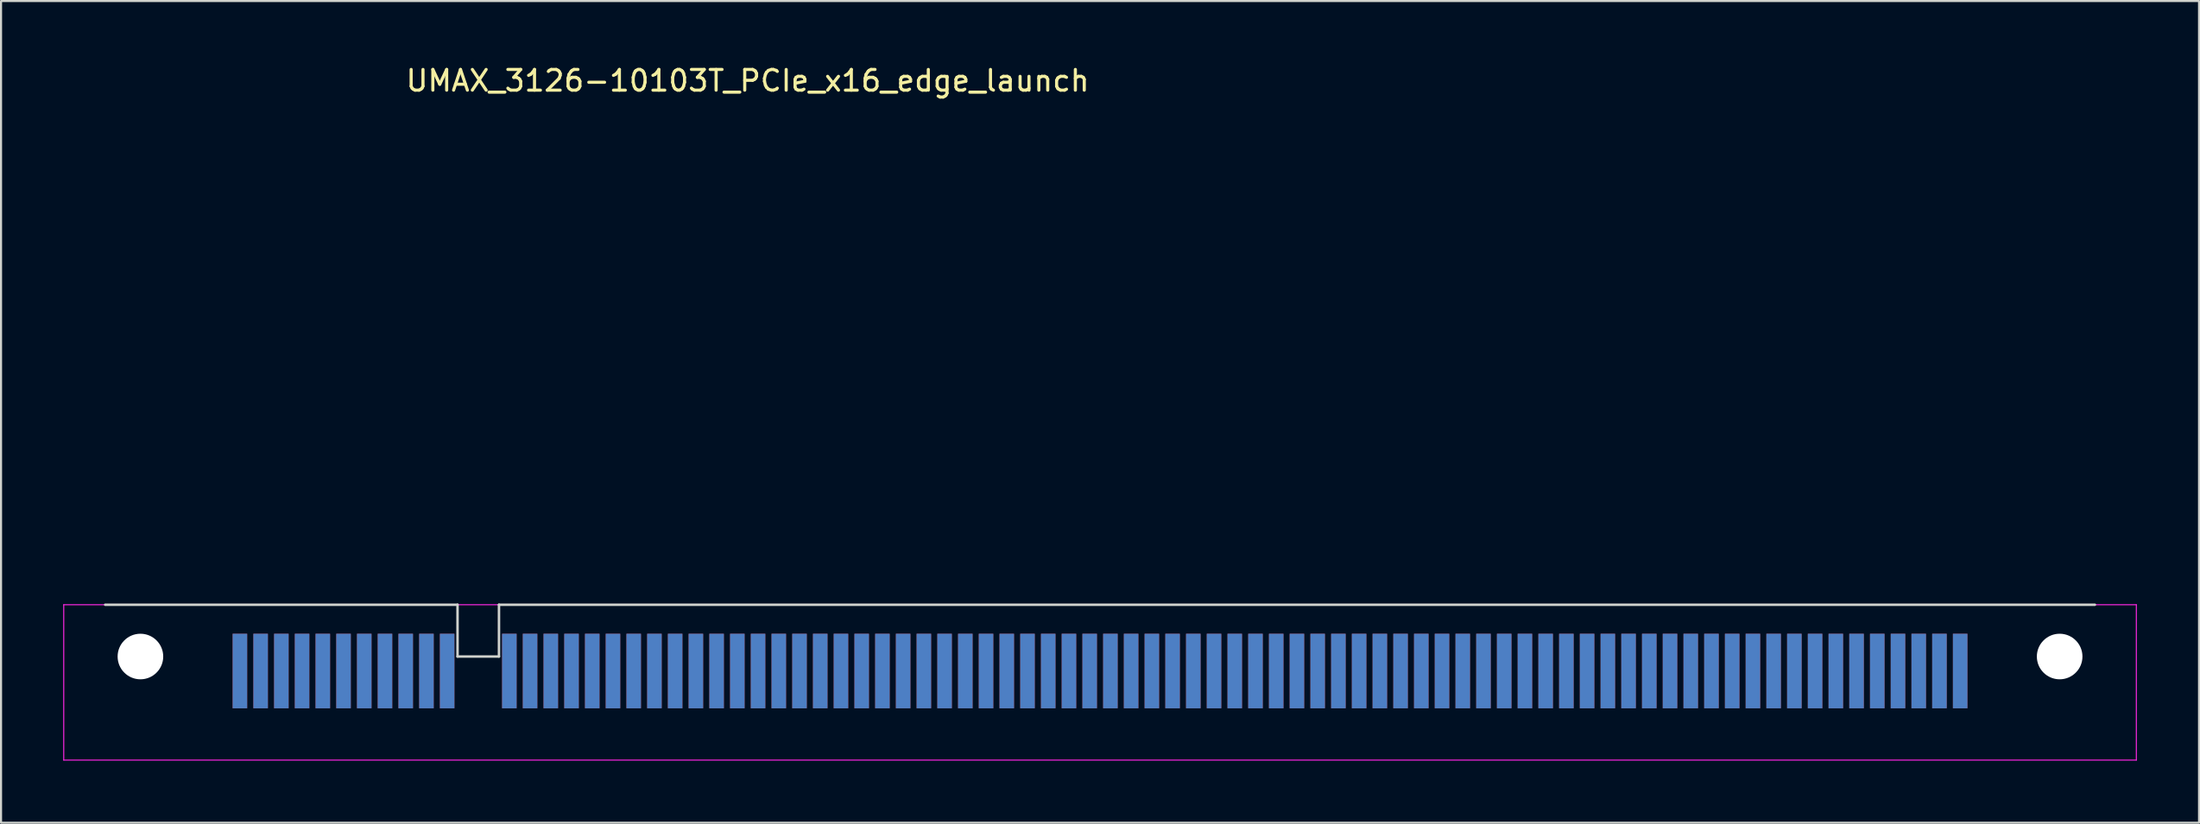
<source format=kicad_pcb>
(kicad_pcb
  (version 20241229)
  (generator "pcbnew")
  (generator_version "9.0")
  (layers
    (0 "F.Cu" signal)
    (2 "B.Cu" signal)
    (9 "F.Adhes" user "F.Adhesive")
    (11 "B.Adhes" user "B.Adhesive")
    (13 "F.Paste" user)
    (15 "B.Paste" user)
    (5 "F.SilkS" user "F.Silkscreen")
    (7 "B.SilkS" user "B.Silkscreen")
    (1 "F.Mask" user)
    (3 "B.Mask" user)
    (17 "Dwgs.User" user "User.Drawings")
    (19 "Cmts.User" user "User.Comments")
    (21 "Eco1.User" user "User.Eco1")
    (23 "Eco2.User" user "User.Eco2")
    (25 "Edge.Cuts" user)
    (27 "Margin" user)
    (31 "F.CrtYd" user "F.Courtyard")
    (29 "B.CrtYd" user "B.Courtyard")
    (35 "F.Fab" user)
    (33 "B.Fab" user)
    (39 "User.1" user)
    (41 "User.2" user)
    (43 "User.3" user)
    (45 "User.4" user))
  (footprint "UMAX_3126-10103T_PCIe_x16_edge_launch"
    (layer "F.Cu")
    (at 50.025 28.648)
    (property "Reference" "UMAX_3126-10103T_PCIe_x16_edge_launch" (at -17 -27.8 0) (layer "F.SilkS") (effects (font (size 1 1) (thickness 0.15))))
    (attr through_hole)
    (fp_line (start -48 -2.5) (end -31 -2.5) (stroke (width 0.12) (type solid)) (layer "Edge.Cuts"))
    (fp_line (start -31 -2.5) (end -31 0) (stroke (width 0.12) (type solid)) (layer "Edge.Cuts"))
    (fp_line (start -31 0) (end -29 0) (stroke (width 0.12) (type solid)) (layer "Edge.Cuts"))
    (fp_line (start -29 -2.5) (end 48 -2.5) (stroke (width 0.12) (type solid)) (layer "Edge.Cuts"))
    (fp_line (start -29 0) (end -29 -2.5) (stroke (width 0.12) (type solid)) (layer "Edge.Cuts"))
    (fp_line (start -50 -2.5) (end 50 -2.5) (stroke (width 0.05) (type solid)) (layer "F.CrtYd"))
    (fp_line (start -50 5) (end -50 -2.5) (stroke (width 0.05) (type solid)) (layer "F.CrtYd"))
    (fp_line (start 50 -2.5) (end 50 5) (stroke (width 0.05) (type solid)) (layer "F.CrtYd"))
    (fp_line (start 50 5) (end -50 5) (stroke (width 0.05) (type solid)) (layer "F.CrtYd"))
    (pad "" np_thru_hole circle (at -46.3 0 180) (size 2.2 2.2) (drill 2.2) (layers "*.Cu" "*.Mask"))
    (pad "" np_thru_hole circle (at 46.3 0) (size 2.2 2.2) (drill 2.2) (layers "*.Cu" "*.Mask"))
    (pad "A1" smd rect (at -41.5 0.7 180) (size 0.7 3.6) (layers "F.Cu" "F.Mask"))
    (pad "A2" smd rect (at -40.5 0.7 180) (size 0.7 3.6) (layers "F.Cu" "F.Mask"))
    (pad "A3" smd rect (at -39.5 0.7 180) (size 0.7 3.6) (layers "F.Cu" "F.Mask"))
    (pad "A4" smd rect (at -38.5 0.7 180) (size 0.7 3.6) (layers "F.Cu" "F.Mask"))
    (pad "A5" smd rect (at -37.5 0.7 180) (size 0.7 3.6) (layers "F.Cu" "F.Mask"))
    (pad "A6" smd rect (at -36.5 0.7 180) (size 0.7 3.6) (layers "F.Cu" "F.Mask"))
    (pad "A7" smd rect (at -35.5 0.7 180) (size 0.7 3.6) (layers "F.Cu" "F.Mask"))
    (pad "A8" smd rect (at -34.5 0.7 180) (size 0.7 3.6) (layers "F.Cu" "F.Mask"))
    (pad "A9" smd rect (at -33.5 0.7 180) (size 0.7 3.6) (layers "F.Cu" "F.Mask"))
    (pad "A10" smd rect (at -32.5 0.7 180) (size 0.7 3.6) (layers "F.Cu" "F.Mask"))
    (pad "A11" smd rect (at -31.5 0.7 180) (size 0.7 3.6) (layers "F.Cu" "F.Mask"))
    (pad "A12" smd rect (at -28.5 0.7 180) (size 0.7 3.6) (layers "F.Cu" "F.Mask"))
    (pad "A13" smd rect (at -27.5 0.7 180) (size 0.7 3.6) (layers "F.Cu" "F.Mask"))
    (pad "A14" smd rect (at -26.5 0.7 180) (size 0.7 3.6) (layers "F.Cu" "F.Mask"))
    (pad "A15" smd rect (at -25.5 0.7 180) (size 0.7 3.6) (layers "F.Cu" "F.Mask"))
    (pad "A16" smd rect (at -24.5 0.7 180) (size 0.7 3.6) (layers "F.Cu" "F.Mask"))
    (pad "A17" smd rect (at -23.5 0.7 180) (size 0.7 3.6) (layers "F.Cu" "F.Mask"))
    (pad "A18" smd rect (at -22.5 0.7 180) (size 0.7 3.6) (layers "F.Cu" "F.Mask"))
    (pad "A19" smd rect (at -21.5 0.7 180) (size 0.7 3.6) (layers "F.Cu" "F.Mask"))
    (pad "A20" smd rect (at -20.5 0.7 180) (size 0.7 3.6) (layers "F.Cu" "F.Mask"))
    (pad "A21" smd rect (at -19.5 0.7 180) (size 0.7 3.6) (layers "F.Cu" "F.Mask"))
    (pad "A22" smd rect (at -18.5 0.7 180) (size 0.7 3.6) (layers "F.Cu" "F.Mask"))
    (pad "A23" smd rect (at -17.5 0.7 180) (size 0.7 3.6) (layers "F.Cu" "F.Mask"))
    (pad "A24" smd rect (at -16.5 0.7 180) (size 0.7 3.6) (layers "F.Cu" "F.Mask"))
    (pad "A25" smd rect (at -15.5 0.7 180) (size 0.7 3.6) (layers "F.Cu" "F.Mask"))
    (pad "A26" smd rect (at -14.5 0.7 180) (size 0.7 3.6) (layers "F.Cu" "F.Mask"))
    (pad "A27" smd rect (at -13.5 0.7 180) (size 0.7 3.6) (layers "F.Cu" "F.Mask"))
    (pad "A28" smd rect (at -12.5 0.7 180) (size 0.7 3.6) (layers "F.Cu" "F.Mask"))
    (pad "A29" smd rect (at -11.5 0.7 180) (size 0.7 3.6) (layers "F.Cu" "F.Mask"))
    (pad "A30" smd rect (at -10.5 0.7 180) (size 0.7 3.6) (layers "F.Cu" "F.Mask"))
    (pad "A31" smd rect (at -9.5 0.7 180) (size 0.7 3.6) (layers "F.Cu" "F.Mask"))
    (pad "A32" smd rect (at -8.5 0.7 180) (size 0.7 3.6) (layers "F.Cu" "F.Mask"))
    (pad "A33" smd rect (at -7.5 0.7 180) (size 0.7 3.6) (layers "F.Cu" "F.Mask"))
    (pad "A34" smd rect (at -6.5 0.7 180) (size 0.7 3.6) (layers "F.Cu" "F.Mask"))
    (pad "A35" smd rect (at -5.5 0.7 180) (size 0.7 3.6) (layers "F.Cu" "F.Mask"))
    (pad "A36" smd rect (at -4.5 0.7 180) (size 0.7 3.6) (layers "F.Cu" "F.Mask"))
    (pad "A37" smd rect (at -3.5 0.7 180) (size 0.7 3.6) (layers "F.Cu" "F.Mask"))
    (pad "A38" smd rect (at -2.5 0.7 180) (size 0.7 3.6) (layers "F.Cu" "F.Mask"))
    (pad "A39" smd rect (at -1.5 0.7 180) (size 0.7 3.6) (layers "F.Cu" "F.Mask"))
    (pad "A40" smd rect (at -0.5 0.7 180) (size 0.7 3.6) (layers "F.Cu" "F.Mask"))
    (pad "A41" smd rect (at 0.5 0.7 180) (size 0.7 3.6) (layers "F.Cu" "F.Mask"))
    (pad "A42" smd rect (at 1.5 0.7 180) (size 0.7 3.6) (layers "F.Cu" "F.Mask"))
    (pad "A43" smd rect (at 2.5 0.7 180) (size 0.7 3.6) (layers "F.Cu" "F.Mask"))
    (pad "A44" smd rect (at 3.5 0.7 180) (size 0.7 3.6) (layers "F.Cu" "F.Mask"))
    (pad "A45" smd rect (at 4.5 0.7 180) (size 0.7 3.6) (layers "F.Cu" "F.Mask"))
    (pad "A46" smd rect (at 5.5 0.7 180) (size 0.7 3.6) (layers "F.Cu" "F.Mask"))
    (pad "A47" smd rect (at 6.5 0.7 180) (size 0.7 3.6) (layers "F.Cu" "F.Mask"))
    (pad "A48" smd rect (at 7.5 0.7 180) (size 0.7 3.6) (layers "F.Cu" "F.Mask"))
    (pad "A49" smd rect (at 8.5 0.7 180) (size 0.7 3.6) (layers "F.Cu" "F.Mask"))
    (pad "A50" smd rect (at 9.5 0.7 180) (size 0.7 3.6) (layers "F.Cu" "F.Mask"))
    (pad "A51" smd rect (at 10.5 0.7 180) (size 0.7 3.6) (layers "F.Cu" "F.Mask"))
    (pad "A52" smd rect (at 11.5 0.7 180) (size 0.7 3.6) (layers "F.Cu" "F.Mask"))
    (pad "A53" smd rect (at 12.5 0.7 180) (size 0.7 3.6) (layers "F.Cu" "F.Mask"))
    (pad "A54" smd rect (at 13.5 0.7 180) (size 0.7 3.6) (layers "F.Cu" "F.Mask"))
    (pad "A55" smd rect (at 14.5 0.7 180) (size 0.7 3.6) (layers "F.Cu" "F.Mask"))
    (pad "A56" smd rect (at 15.5 0.7 180) (size 0.7 3.6) (layers "F.Cu" "F.Mask"))
    (pad "A57" smd rect (at 16.5 0.7 180) (size 0.7 3.6) (layers "F.Cu" "F.Mask"))
    (pad "A58" smd rect (at 17.5 0.7 180) (size 0.7 3.6) (layers "F.Cu" "F.Mask"))
    (pad "A59" smd rect (at 18.5 0.7 180) (size 0.7 3.6) (layers "F.Cu" "F.Mask"))
    (pad "A60" smd rect (at 19.5 0.7 180) (size 0.7 3.6) (layers "F.Cu" "F.Mask"))
    (pad "A61" smd rect (at 20.5 0.7 180) (size 0.7 3.6) (layers "F.Cu" "F.Mask"))
    (pad "A62" smd rect (at 21.5 0.7 180) (size 0.7 3.6) (layers "F.Cu" "F.Mask"))
    (pad "A63" smd rect (at 22.5 0.7 180) (size 0.7 3.6) (layers "F.Cu" "F.Mask"))
    (pad "A64" smd rect (at 23.5 0.7 180) (size 0.7 3.6) (layers "F.Cu" "F.Mask"))
    (pad "A65" smd rect (at 24.5 0.7 180) (size 0.7 3.6) (layers "F.Cu" "F.Mask"))
    (pad "A66" smd rect (at 25.5 0.7 180) (size 0.7 3.6) (layers "F.Cu" "F.Mask"))
    (pad "A67" smd rect (at 26.5 0.7 180) (size 0.7 3.6) (layers "F.Cu" "F.Mask"))
    (pad "A68" smd rect (at 27.5 0.7 180) (size 0.7 3.6) (layers "F.Cu" "F.Mask"))
    (pad "A69" smd rect (at 28.5 0.7 180) (size 0.7 3.6) (layers "F.Cu" "F.Mask"))
    (pad "A70" smd rect (at 29.5 0.7 180) (size 0.7 3.6) (layers "F.Cu" "F.Mask"))
    (pad "A71" smd rect (at 30.5 0.7 180) (size 0.7 3.6) (layers "F.Cu" "F.Mask"))
    (pad "A72" smd rect (at 31.5 0.7 180) (size 0.7 3.6) (layers "F.Cu" "F.Mask"))
    (pad "A73" smd rect (at 32.5 0.7 180) (size 0.7 3.6) (layers "F.Cu" "F.Mask"))
    (pad "A74" smd rect (at 33.5 0.7 180) (size 0.7 3.6) (layers "F.Cu" "F.Mask"))
    (pad "A75" smd rect (at 34.5 0.7 180) (size 0.7 3.6) (layers "F.Cu" "F.Mask"))
    (pad "A76" smd rect (at 35.5 0.7 180) (size 0.7 3.6) (layers "F.Cu" "F.Mask"))
    (pad "A77" smd rect (at 36.5 0.7 180) (size 0.7 3.6) (layers "F.Cu" "F.Mask"))
    (pad "A78" smd rect (at 37.5 0.7 180) (size 0.7 3.6) (layers "F.Cu" "F.Mask"))
    (pad "A79" smd rect (at 38.5 0.7 180) (size 0.7 3.6) (layers "F.Cu" "F.Mask"))
    (pad "A80" smd rect (at 39.5 0.7 180) (size 0.7 3.6) (layers "F.Cu" "F.Mask"))
    (pad "A81" smd rect (at 40.5 0.7 180) (size 0.7 3.6) (layers "F.Cu" "F.Mask"))
    (pad "A82" smd rect (at 41.5 0.7 180) (size 0.7 3.6) (layers "F.Cu" "F.Mask"))
    (pad "B1" smd rect (at -41.5 0.7 180) (size 0.7 3.6) (layers "B.Cu" "B.Mask"))
    (pad "B2" smd rect (at -40.5 0.7 180) (size 0.7 3.6) (layers "B.Cu" "B.Mask"))
    (pad "B3" smd rect (at -39.5 0.7 180) (size 0.7 3.6) (layers "B.Cu" "B.Mask"))
    (pad "B4" smd rect (at -38.5 0.7 180) (size 0.7 3.6) (layers "B.Cu" "B.Mask"))
    (pad "B5" smd rect (at -37.5 0.7 180) (size 0.7 3.6) (layers "B.Cu" "B.Mask"))
    (pad "B6" smd rect (at -36.5 0.7 180) (size 0.7 3.6) (layers "B.Cu" "B.Mask"))
    (pad "B7" smd rect (at -35.5 0.7 180) (size 0.7 3.6) (layers "B.Cu" "B.Mask"))
    (pad "B8" smd rect (at -34.5 0.7 180) (size 0.7 3.6) (layers "B.Cu" "B.Mask"))
    (pad "B9" smd rect (at -33.5 0.7 180) (size 0.7 3.6) (layers "B.Cu" "B.Mask"))
    (pad "B10" smd rect (at -32.5 0.7 180) (size 0.7 3.6) (layers "B.Cu" "B.Mask"))
    (pad "B11" smd rect (at -31.5 0.7 180) (size 0.7 3.6) (layers "B.Cu" "B.Mask"))
    (pad "B12" smd rect (at -28.5 0.7 180) (size 0.7 3.6) (layers "B.Cu" "B.Mask"))
    (pad "B13" smd rect (at -27.5 0.7 180) (size 0.7 3.6) (layers "B.Cu" "B.Mask"))
    (pad "B14" smd rect (at -26.5 0.7 180) (size 0.7 3.6) (layers "B.Cu" "B.Mask"))
    (pad "B15" smd rect (at -25.5 0.7 180) (size 0.7 3.6) (layers "B.Cu" "B.Mask"))
    (pad "B16" smd rect (at -24.5 0.7 180) (size 0.7 3.6) (layers "B.Cu" "B.Mask"))
    (pad "B17" smd rect (at -23.5 0.7 180) (size 0.7 3.6) (layers "B.Cu" "B.Mask"))
    (pad "B18" smd rect (at -22.5 0.7 180) (size 0.7 3.6) (layers "B.Cu" "B.Mask"))
    (pad "B19" smd rect (at -21.5 0.7 180) (size 0.7 3.6) (layers "B.Cu" "B.Mask"))
    (pad "B20" smd rect (at -20.5 0.7 180) (size 0.7 3.6) (layers "B.Cu" "B.Mask"))
    (pad "B21" smd rect (at -19.5 0.7 180) (size 0.7 3.6) (layers "B.Cu" "B.Mask"))
    (pad "B22" smd rect (at -18.5 0.7 180) (size 0.7 3.6) (layers "B.Cu" "B.Mask"))
    (pad "B23" smd rect (at -17.5 0.7 180) (size 0.7 3.6) (layers "B.Cu" "B.Mask"))
    (pad "B24" smd rect (at -16.5 0.7 180) (size 0.7 3.6) (layers "B.Cu" "B.Mask"))
    (pad "B25" smd rect (at -15.5 0.7 180) (size 0.7 3.6) (layers "B.Cu" "B.Mask"))
    (pad "B26" smd rect (at -14.5 0.7 180) (size 0.7 3.6) (layers "B.Cu" "B.Mask"))
    (pad "B27" smd rect (at -13.5 0.7 180) (size 0.7 3.6) (layers "B.Cu" "B.Mask"))
    (pad "B28" smd rect (at -12.5 0.7 180) (size 0.7 3.6) (layers "B.Cu" "B.Mask"))
    (pad "B29" smd rect (at -11.5 0.7 180) (size 0.7 3.6) (layers "B.Cu" "B.Mask"))
    (pad "B30" smd rect (at -10.5 0.7 180) (size 0.7 3.6) (layers "B.Cu" "B.Mask"))
    (pad "B31" smd rect (at -9.5 0.7 180) (size 0.7 3.6) (layers "B.Cu" "B.Mask"))
    (pad "B32" smd rect (at -8.5 0.7 180) (size 0.7 3.6) (layers "B.Cu" "B.Mask"))
    (pad "B33" smd rect (at -7.5 0.7 180) (size 0.7 3.6) (layers "B.Cu" "B.Mask"))
    (pad "B34" smd rect (at -6.5 0.7 180) (size 0.7 3.6) (layers "B.Cu" "B.Mask"))
    (pad "B35" smd rect (at -5.5 0.7 180) (size 0.7 3.6) (layers "B.Cu" "B.Mask"))
    (pad "B36" smd rect (at -4.5 0.7 180) (size 0.7 3.6) (layers "B.Cu" "B.Mask"))
    (pad "B37" smd rect (at -3.5 0.7 180) (size 0.7 3.6) (layers "B.Cu" "B.Mask"))
    (pad "B38" smd rect (at -2.5 0.7 180) (size 0.7 3.6) (layers "B.Cu" "B.Mask"))
    (pad "B39" smd rect (at -1.5 0.7 180) (size 0.7 3.6) (layers "B.Cu" "B.Mask"))
    (pad "B40" smd rect (at -0.5 0.7 180) (size 0.7 3.6) (layers "B.Cu" "B.Mask"))
    (pad "B41" smd rect (at 0.5 0.7 180) (size 0.7 3.6) (layers "B.Cu" "B.Mask"))
    (pad "B42" smd rect (at 1.5 0.7 180) (size 0.7 3.6) (layers "B.Cu" "B.Mask"))
    (pad "B43" smd rect (at 2.5 0.7 180) (size 0.7 3.6) (layers "B.Cu" "B.Mask"))
    (pad "B44" smd rect (at 3.5 0.7 180) (size 0.7 3.6) (layers "B.Cu" "B.Mask"))
    (pad "B45" smd rect (at 4.5 0.7 180) (size 0.7 3.6) (layers "B.Cu" "B.Mask"))
    (pad "B46" smd rect (at 5.5 0.7 180) (size 0.7 3.6) (layers "B.Cu" "B.Mask"))
    (pad "B47" smd rect (at 6.5 0.7 180) (size 0.7 3.6) (layers "B.Cu" "B.Mask"))
    (pad "B48" smd rect (at 7.5 0.7 180) (size 0.7 3.6) (layers "B.Cu" "B.Mask"))
    (pad "B49" smd rect (at 8.5 0.7 180) (size 0.7 3.6) (layers "B.Cu" "B.Mask"))
    (pad "B50" smd rect (at 9.5 0.7 180) (size 0.7 3.6) (layers "B.Cu" "B.Mask"))
    (pad "B51" smd rect (at 10.5 0.7 180) (size 0.7 3.6) (layers "B.Cu" "B.Mask"))
    (pad "B52" smd rect (at 11.5 0.7 180) (size 0.7 3.6) (layers "B.Cu" "B.Mask"))
    (pad "B53" smd rect (at 12.5 0.7 180) (size 0.7 3.6) (layers "B.Cu" "B.Mask"))
    (pad "B54" smd rect (at 13.5 0.7 180) (size 0.7 3.6) (layers "B.Cu" "B.Mask"))
    (pad "B55" smd rect (at 14.5 0.7 180) (size 0.7 3.6) (layers "B.Cu" "B.Mask"))
    (pad "B56" smd rect (at 15.5 0.7 180) (size 0.7 3.6) (layers "B.Cu" "B.Mask"))
    (pad "B57" smd rect (at 16.5 0.7 180) (size 0.7 3.6) (layers "B.Cu" "B.Mask"))
    (pad "B58" smd rect (at 17.5 0.7 180) (size 0.7 3.6) (layers "B.Cu" "B.Mask"))
    (pad "B59" smd rect (at 18.5 0.7 180) (size 0.7 3.6) (layers "B.Cu" "B.Mask"))
    (pad "B60" smd rect (at 19.5 0.7 180) (size 0.7 3.6) (layers "B.Cu" "B.Mask"))
    (pad "B61" smd rect (at 20.5 0.7 180) (size 0.7 3.6) (layers "B.Cu" "B.Mask"))
    (pad "B62" smd rect (at 21.5 0.7 180) (size 0.7 3.6) (layers "B.Cu" "B.Mask"))
    (pad "B63" smd rect (at 22.5 0.7 180) (size 0.7 3.6) (layers "B.Cu" "B.Mask"))
    (pad "B64" smd rect (at 23.5 0.7 180) (size 0.7 3.6) (layers "B.Cu" "B.Mask"))
    (pad "B65" smd rect (at 24.5 0.7 180) (size 0.7 3.6) (layers "B.Cu" "B.Mask"))
    (pad "B66" smd rect (at 25.5 0.7 180) (size 0.7 3.6) (layers "B.Cu" "B.Mask"))
    (pad "B67" smd rect (at 26.5 0.7 180) (size 0.7 3.6) (layers "B.Cu" "B.Mask"))
    (pad "B68" smd rect (at 27.5 0.7 180) (size 0.7 3.6) (layers "B.Cu" "B.Mask"))
    (pad "B69" smd rect (at 28.5 0.7 180) (size 0.7 3.6) (layers "B.Cu" "B.Mask"))
    (pad "B70" smd rect (at 29.5 0.7 180) (size 0.7 3.6) (layers "B.Cu" "B.Mask"))
    (pad "B71" smd rect (at 30.5 0.7 180) (size 0.7 3.6) (layers "B.Cu" "B.Mask"))
    (pad "B72" smd rect (at 31.5 0.7 180) (size 0.7 3.6) (layers "B.Cu" "B.Mask"))
    (pad "B73" smd rect (at 32.5 0.7 180) (size 0.7 3.6) (layers "B.Cu" "B.Mask"))
    (pad "B74" smd rect (at 33.5 0.7 180) (size 0.7 3.6) (layers "B.Cu" "B.Mask"))
    (pad "B75" smd rect (at 34.5 0.7 180) (size 0.7 3.6) (layers "B.Cu" "B.Mask"))
    (pad "B76" smd rect (at 35.5 0.7 180) (size 0.7 3.6) (layers "B.Cu" "B.Mask"))
    (pad "B77" smd rect (at 36.5 0.7 180) (size 0.7 3.6) (layers "B.Cu" "B.Mask"))
    (pad "B78" smd rect (at 37.5 0.7 180) (size 0.7 3.6) (layers "B.Cu" "B.Mask"))
    (pad "B79" smd rect (at 38.5 0.7 180) (size 0.7 3.6) (layers "B.Cu" "B.Mask"))
    (pad "B80" smd rect (at 39.5 0.7 180) (size 0.7 3.6) (layers "B.Cu" "B.Mask"))
    (pad "B81" smd rect (at 40.5 0.7 180) (size 0.7 3.6) (layers "B.Cu" "B.Mask"))
    (pad "B82" smd rect (at 41.5 0.7 180) (size 0.7 3.6) (layers "B.Cu" "B.Mask")))
  (gr_rect
    (start -3 -3)
    (end 103.05 36.673)
    (stroke (width 0.1) (type default))
    (fill no)
    (layer "Edge.Cuts")))
</source>
